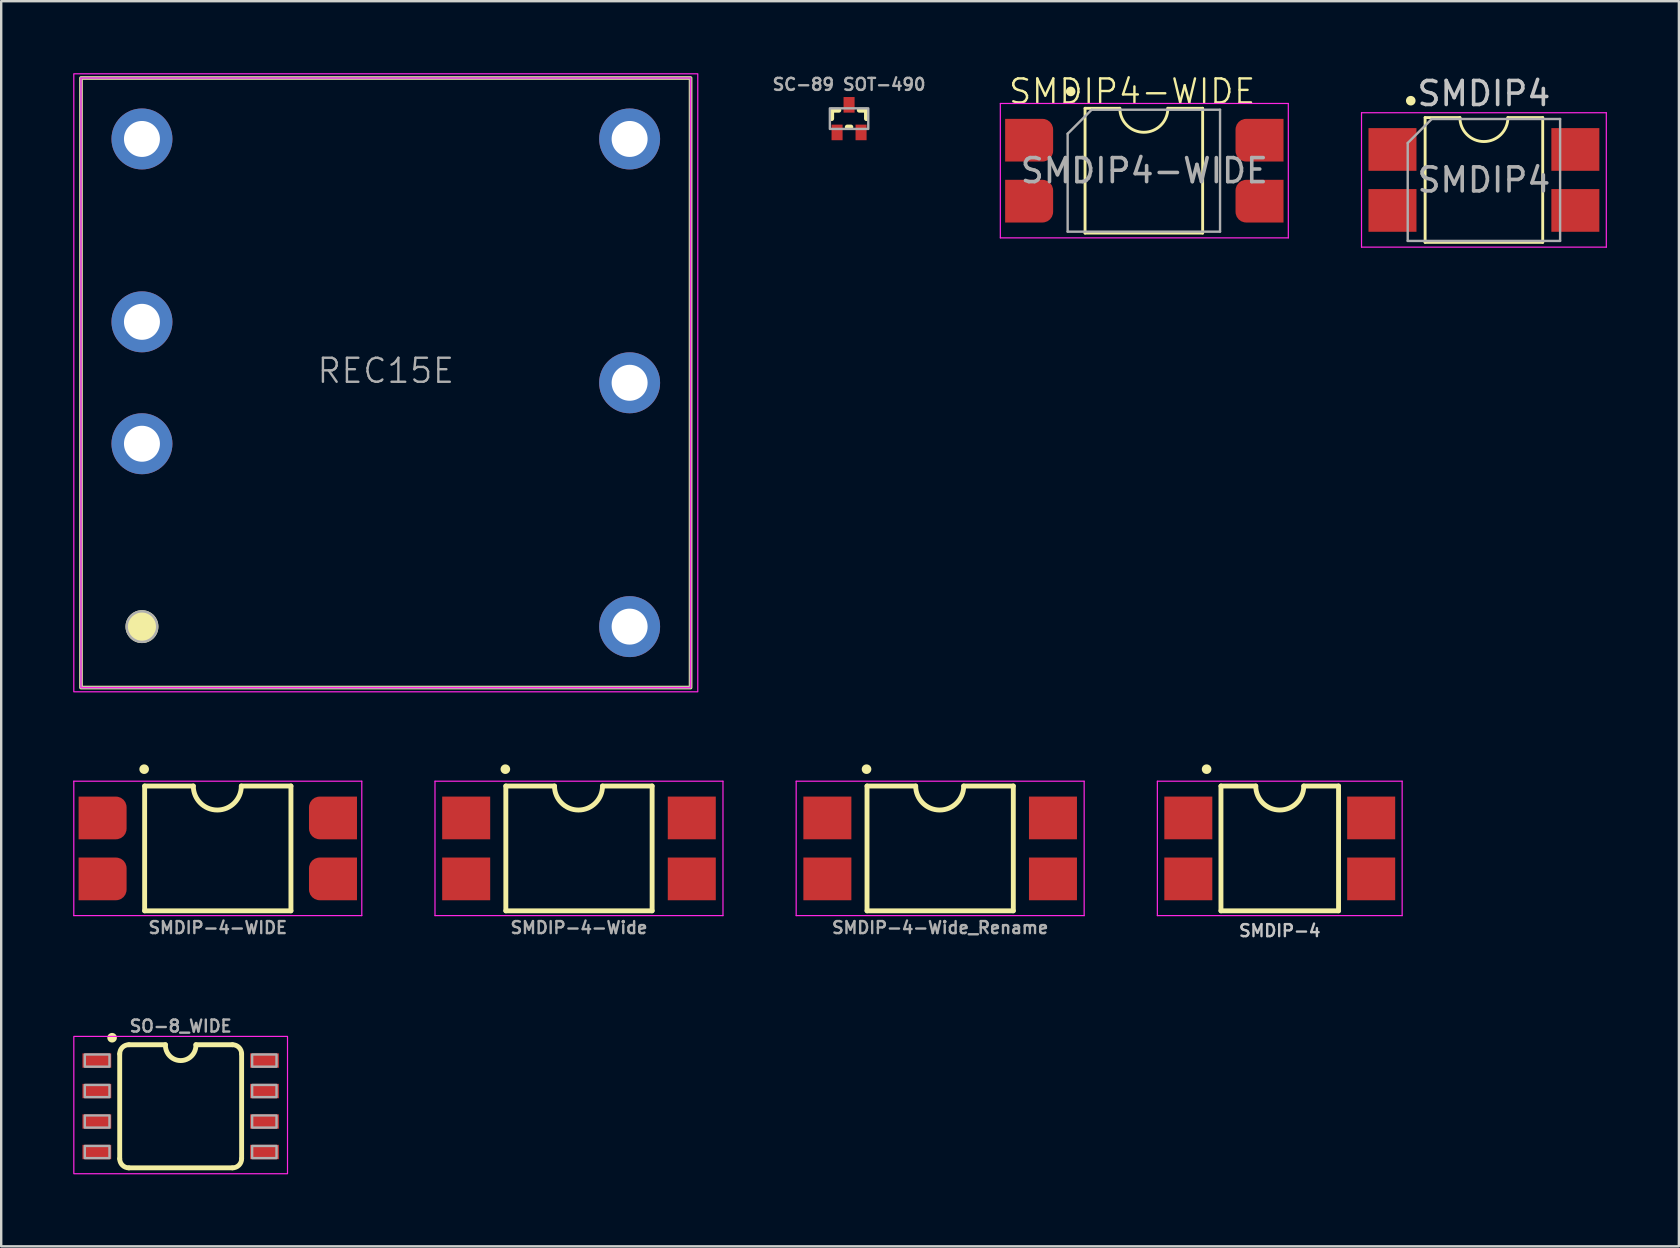
<source format=kicad_pcb>
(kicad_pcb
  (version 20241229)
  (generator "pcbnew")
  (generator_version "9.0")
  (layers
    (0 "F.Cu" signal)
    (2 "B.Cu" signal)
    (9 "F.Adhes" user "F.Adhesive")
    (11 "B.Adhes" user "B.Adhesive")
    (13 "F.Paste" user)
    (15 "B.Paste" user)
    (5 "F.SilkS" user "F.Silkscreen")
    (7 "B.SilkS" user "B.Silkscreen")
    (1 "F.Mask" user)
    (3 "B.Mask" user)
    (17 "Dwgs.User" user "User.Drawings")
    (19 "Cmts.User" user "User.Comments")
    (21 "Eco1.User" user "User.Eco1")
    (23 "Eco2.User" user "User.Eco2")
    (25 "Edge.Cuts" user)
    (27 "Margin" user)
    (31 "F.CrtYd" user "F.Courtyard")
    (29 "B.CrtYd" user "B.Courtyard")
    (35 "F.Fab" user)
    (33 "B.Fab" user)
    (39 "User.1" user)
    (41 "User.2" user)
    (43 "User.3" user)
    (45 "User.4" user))
  (footprint "SMDIP-4-WIDE"
    (layer "F.Cu")
    (at 6.025 32.302)
    (property "Reference" "SMDIP-4-WIDE" (at 0 3.302 0) (unlocked yes) (layer "F.Fab") (effects (font (size 0.5 0.5) (thickness 0.1) (bold yes))))
    (attr smd)
    (fp_line (start -3.048 -2.6) (end -3.048 2.6) (stroke (width 0.203) (type solid)) (layer "F.SilkS"))
    (fp_line (start -3.048 2.6) (end 3.048 2.6) (stroke (width 0.203) (type solid)) (layer "F.SilkS"))
    (fp_line (start -1.02 -2.6) (end -3.048 -2.6) (stroke (width 0.203) (type solid)) (layer "F.SilkS"))
    (fp_line (start 3.048 -2.6) (end 0.98 -2.6) (stroke (width 0.203) (type solid)) (layer "F.SilkS"))
    (fp_line (start 3.048 2.6) (end 3.048 -2.6) (stroke (width 0.203) (type solid)) (layer "F.SilkS"))
    (fp_arc (start 0.98 -2.6) (mid -0.02 -1.6) (end -1.02 -2.6) (stroke (width 0.2032) (type solid)) (layer "F.SilkS"))
    (fp_circle (center -3.068 -3.302) (end -3.068 -3.202) (stroke (width 0.2) (type solid)) (fill yes) (layer "F.SilkS"))
    (fp_line (start -6 -2.8) (end -6 2.8) (stroke (width 0.05) (type solid)) (layer "F.CrtYd"))
    (fp_line (start -6 2.8) (end 6 2.8) (stroke (width 0.05) (type solid)) (layer "F.CrtYd"))
    (fp_line (start 6 -2.8) (end -6 -2.8) (stroke (width 0.05) (type solid)) (layer "F.CrtYd"))
    (fp_line (start 6 2.8) (end 6 -2.8) (stroke (width 0.05) (type solid)) (layer "F.CrtYd"))
    (pad "1" smd roundrect (at -4.8 -1.27) (size 2 1.78) (layers "F.Cu" "F.Mask" "F.Paste") (roundrect_rratio 0.25) (chamfer_ratio 0) (chamfer top_left bottom_left))
    (pad "2" smd roundrect (at -4.8 1.27) (size 2 1.78) (layers "F.Cu" "F.Mask" "F.Paste") (roundrect_rratio 0.25) (chamfer_ratio 0) (chamfer top_left bottom_left))
    (pad "3" smd roundrect (at 4.8 1.27) (size 2 1.78) (layers "F.Cu" "F.Mask" "F.Paste") (roundrect_rratio 0.25) (chamfer_ratio 0) (chamfer top_right bottom_right))
    (pad "4" smd roundrect (at 4.8 -1.27) (size 2 1.78) (layers "F.Cu" "F.Mask" "F.Paste") (roundrect_rratio 0.25) (chamfer_ratio 0) (chamfer top_right bottom_right)))
  (footprint "SMDIP4"
    (layer "F.Cu")
    (at 58.782 4.448)
    (property "Reference" "SMDIP4" (at 0 -3.6 0) (layer "Dwgs.User") (effects (font (size 1 1) (thickness 0.15))))
    (attr smd)
    (fp_line (start -2.45 -2.6) (end -2.45 2.6) (stroke (width 0.12) (type solid)) (layer "F.SilkS"))
    (fp_line (start -2.45 2.6) (end 2.45 2.6) (stroke (width 0.12) (type solid)) (layer "F.SilkS"))
    (fp_line (start -1 -2.6) (end -2.45 -2.6) (stroke (width 0.12) (type solid)) (layer "F.SilkS"))
    (fp_line (start 2.45 -2.6) (end 1 -2.6) (stroke (width 0.12) (type solid)) (layer "F.SilkS"))
    (fp_line (start 2.45 2.6) (end 2.45 -2.6) (stroke (width 0.12) (type solid)) (layer "F.SilkS"))
    (fp_arc (start 1 -2.6) (mid 0 -1.6) (end -1 -2.6) (stroke (width 0.12) (type solid)) (layer "F.SilkS"))
    (fp_circle (center -3.048 -3.302) (end -3.048 -3.202) (stroke (width 0.2) (type solid)) (fill yes) (layer "F.SilkS"))
    (fp_line (start -5.1 -2.8) (end -5.1 2.8) (stroke (width 0.05) (type solid)) (layer "F.CrtYd"))
    (fp_line (start -5.1 2.8) (end 5.1 2.8) (stroke (width 0.05) (type solid)) (layer "F.CrtYd"))
    (fp_line (start 5.1 -2.8) (end -5.1 -2.8) (stroke (width 0.05) (type solid)) (layer "F.CrtYd"))
    (fp_line (start 5.1 2.8) (end 5.1 -2.8) (stroke (width 0.05) (type solid)) (layer "F.CrtYd"))
    (fp_line (start -3.175 -1.54) (end -2.175 -2.54) (stroke (width 0.1) (type solid)) (layer "F.Fab"))
    (fp_line (start -3.175 2.54) (end -3.175 -1.54) (stroke (width 0.1) (type solid)) (layer "F.Fab"))
    (fp_line (start -2.175 -2.54) (end 3.175 -2.54) (stroke (width 0.1) (type solid)) (layer "F.Fab"))
    (fp_line (start 3.175 -2.54) (end 3.175 2.54) (stroke (width 0.1) (type solid)) (layer "F.Fab"))
    (fp_line (start 3.175 2.54) (end -3.175 2.54) (stroke (width 0.1) (type solid)) (layer "F.Fab"))
    (fp_text user "${REFERENCE}" (at 0 0 0) (layer "F.Fab") (effects (font (size 1 1) (thickness 0.15))))
    (pad "1" smd rect (at -3.81 -1.27) (size 2 1.78) (layers "F.Cu" "F.Mask" "F.Paste"))
    (pad "2" smd rect (at -3.81 1.27) (size 2 1.78) (layers "F.Cu" "F.Mask" "F.Paste"))
    (pad "3" smd rect (at 3.81 1.27) (size 2 1.78) (layers "F.Cu" "F.Mask" "F.Paste"))
    (pad "4" smd rect (at 3.81 -1.27) (size 2 1.78) (layers "F.Cu" "F.Mask" "F.Paste")))
  (footprint "SO-8_WIDE"
    (layer "F.Cu")
    (at 4.478 43.047)
    (property "Reference" "SO-8_WIDE" (at 0 -3.048 0) (layer "F.Fab") (effects (font (size 0.5 0.5) (thickness 0.1)) (justify bottom)))
    (attr smd)
    (fp_line (start -2.54 2.184) (end -2.54 -2.184) (stroke (width 0.203) (type solid)) (layer "F.SilkS"))
    (fp_line (start -2.159 2.565) (end 2.159 2.565) (stroke (width 0.203) (type solid)) (layer "F.SilkS"))
    (fp_line (start -2.159 -2.565) (end -0.635 -2.565) (stroke (width 0.203) (type solid)) (layer "F.SilkS"))
    (fp_line (start 2.159 -2.565) (end 0.635 -2.565) (stroke (width 0.203) (type solid)) (layer "F.SilkS"))
    (fp_line (start 2.54 2.184) (end 2.54 -2.184) (stroke (width 0.203) (type solid)) (layer "F.SilkS"))
    (fp_arc (start -2.54 -2.1844) (mid -2.428436 -2.453838) (end -2.158998 -2.5654) (stroke (width 0.2032) (type solid)) (layer "F.SilkS"))
    (fp_arc (start -2.159 2.565402) (mid -2.428438 2.453838) (end -2.54 2.1844) (stroke (width 0.2032) (type solid)) (layer "F.SilkS"))
    (fp_arc (start 0.634999 -2.5654) (mid 0 -1.904493) (end -0.634999 -2.5654) (stroke (width 0.2032) (type solid)) (layer "F.SilkS"))
    (fp_arc (start 2.159 -2.565377) (mid 2.428422 -2.453816) (end 2.54 -2.1844) (stroke (width 0.2032) (type solid)) (layer "F.SilkS"))
    (fp_arc (start 2.54 2.1844) (mid 2.428436 2.453838) (end 2.158998 2.5654) (stroke (width 0.2032) (type solid)) (layer "F.SilkS"))
    (fp_circle (center -2.857 -2.857) (end -2.857 -2.757) (stroke (width 0.2) (type solid)) (fill yes) (layer "F.SilkS"))
    (fp_rect (start 4.452 -2.911) (end -4.452 2.809) (stroke (width 0.05) (type default)) (fill no) (layer "F.CrtYd"))
    (fp_poly (pts (xy -3.994 -2.159) (xy -3.994 -1.651) (xy -2.966 -1.651) (xy -2.966 -2.159)) (stroke (width 0.1) (type default)) (fill no) (layer "F.Fab"))
    (fp_poly (pts (xy -3.994 -0.889) (xy -3.994 -0.381) (xy -2.966 -0.381) (xy -2.966 -0.889)) (stroke (width 0.1) (type default)) (fill no) (layer "F.Fab"))
    (fp_poly (pts (xy -3.994 0.381) (xy -3.994 0.889) (xy -2.966 0.889) (xy -2.966 0.381)) (stroke (width 0.1) (type default)) (fill no) (layer "F.Fab"))
    (fp_poly (pts (xy -3.994 1.651) (xy -3.994 2.159) (xy -2.966 2.159) (xy -2.966 1.651)) (stroke (width 0.1) (type default)) (fill no) (layer "F.Fab"))
    (fp_poly (pts (xy 2.978 -2.159) (xy 2.978 -1.651) (xy 3.994 -1.651) (xy 3.994 -2.159)) (stroke (width 0.1) (type default)) (fill no) (layer "F.Fab"))
    (fp_poly (pts (xy 2.978 -0.889) (xy 2.978 -0.381) (xy 3.994 -0.381) (xy 3.994 -0.889)) (stroke (width 0.1) (type default)) (fill no) (layer "F.Fab"))
    (fp_poly (pts (xy 2.978 0.381) (xy 2.978 0.889) (xy 3.994 0.889) (xy 3.994 0.381)) (stroke (width 0.1) (type default)) (fill no) (layer "F.Fab"))
    (fp_poly (pts (xy 2.978 1.651) (xy 2.978 2.159) (xy 3.994 2.159) (xy 3.994 1.651)) (stroke (width 0.1) (type default)) (fill no) (layer "F.Fab"))
    (pad "1" smd rect (at -3.493 -1.905 270) (size 0.6 1.2) (layers "F.Cu" "F.Mask" "F.Paste"))
    (pad "2" smd rect (at -3.493 -0.635 270) (size 0.6 1.2) (layers "F.Cu" "F.Mask" "F.Paste"))
    (pad "3" smd rect (at -3.493 0.635 270) (size 0.6 1.2) (layers "F.Cu" "F.Mask" "F.Paste"))
    (pad "4" smd rect (at -3.493 1.905 270) (size 0.6 1.2) (layers "F.Cu" "F.Mask" "F.Paste"))
    (pad "5" smd rect (at 3.493 1.905 270) (size 0.6 1.2) (layers "F.Cu" "F.Mask" "F.Paste"))
    (pad "6" smd rect (at 3.493 0.635 270) (size 0.6 1.2) (layers "F.Cu" "F.Mask" "F.Paste"))
    (pad "7" smd rect (at 3.493 -0.635 270) (size 0.6 1.2) (layers "F.Cu" "F.Mask" "F.Paste"))
    (pad "8" smd rect (at 3.493 -1.905 270) (size 0.6 1.2) (layers "F.Cu" "F.Mask" "F.Paste")))
  (footprint "SMDIP-4-Wide_Rename"
    (layer "F.Cu")
    (at 36.125 32.302)
    (property "Reference" "SMDIP-4-Wide_Rename" (at 0 3.302 0) (unlocked yes) (layer "F.Fab") (effects (font (size 0.5 0.5) (thickness 0.1) (bold yes))))
    (attr smd)
    (fp_line (start -3.048 -2.6) (end -3.048 2.6) (stroke (width 0.203) (type solid)) (layer "F.SilkS"))
    (fp_line (start -3.048 2.6) (end 3.048 2.6) (stroke (width 0.203) (type solid)) (layer "F.SilkS"))
    (fp_line (start -1.02 -2.6) (end -3.048 -2.6) (stroke (width 0.203) (type solid)) (layer "F.SilkS"))
    (fp_line (start 3.048 -2.6) (end 0.98 -2.6) (stroke (width 0.203) (type solid)) (layer "F.SilkS"))
    (fp_line (start 3.048 2.6) (end 3.048 -2.6) (stroke (width 0.203) (type solid)) (layer "F.SilkS"))
    (fp_arc (start 0.98 -2.6) (mid -0.02 -1.6) (end -1.02 -2.6) (stroke (width 0.2032) (type solid)) (layer "F.SilkS"))
    (fp_circle (center -3.068 -3.302) (end -3.068 -3.202) (stroke (width 0.2) (type solid)) (fill yes) (layer "F.SilkS"))
    (fp_line (start -6 -2.8) (end -6 2.8) (stroke (width 0.05) (type solid)) (layer "F.CrtYd"))
    (fp_line (start -6 2.8) (end 6 2.8) (stroke (width 0.05) (type solid)) (layer "F.CrtYd"))
    (fp_line (start 6 -2.8) (end -6 -2.8) (stroke (width 0.05) (type solid)) (layer "F.CrtYd"))
    (fp_line (start 6 2.8) (end 6 -2.8) (stroke (width 0.05) (type solid)) (layer "F.CrtYd"))
    (pad "1" smd rect (at -4.7 -1.27) (size 2 1.78) (layers "F.Cu" "F.Mask" "F.Paste"))
    (pad "2" smd rect (at -4.7 1.27) (size 2 1.78) (layers "F.Cu" "F.Mask" "F.Paste"))
    (pad "3" smd rect (at 4.7 1.27) (size 2 1.78) (layers "F.Cu" "F.Mask" "F.Paste"))
    (pad "4" smd rect (at 4.7 -1.27) (size 2 1.78) (layers "F.Cu" "F.Mask" "F.Paste")))
  (footprint "SMDIP4-WIDE"
    (layer "F.Cu")
    (at 44.632 4.062)
    (property "Reference" "SMDIP4-WIDE" (at -0.508 -3.302 0) (unlocked yes) (layer "F.SilkS") (effects (font (size 1 1) (thickness 0.1))))
    (attr smd)
    (fp_line (start -2.47 -2.6) (end -2.47 2.6) (stroke (width 0.12) (type solid)) (layer "F.SilkS"))
    (fp_line (start -2.47 2.6) (end 2.43 2.6) (stroke (width 0.12) (type solid)) (layer "F.SilkS"))
    (fp_line (start -1.02 -2.6) (end -2.47 -2.6) (stroke (width 0.12) (type solid)) (layer "F.SilkS"))
    (fp_line (start 2.43 -2.6) (end 0.98 -2.6) (stroke (width 0.12) (type solid)) (layer "F.SilkS"))
    (fp_line (start 2.43 2.6) (end 2.43 -2.6) (stroke (width 0.12) (type solid)) (layer "F.SilkS"))
    (fp_arc (start 0.98 -2.6) (mid -0.02 -1.6) (end -1.02 -2.6) (stroke (width 0.12) (type solid)) (layer "F.SilkS"))
    (fp_circle (center -3.068 -3.302) (end -3.068 -3.202) (stroke (width 0.2) (type solid)) (fill yes) (layer "F.SilkS"))
    (fp_line (start -6 -2.8) (end -6 2.8) (stroke (width 0.05) (type solid)) (layer "F.CrtYd"))
    (fp_line (start -6 2.8) (end 6 2.8) (stroke (width 0.05) (type solid)) (layer "F.CrtYd"))
    (fp_line (start 6 -2.8) (end -6 -2.8) (stroke (width 0.05) (type solid)) (layer "F.CrtYd"))
    (fp_line (start 6 2.8) (end 6 -2.8) (stroke (width 0.05) (type solid)) (layer "F.CrtYd"))
    (fp_line (start -3.195 -1.54) (end -2.195 -2.54) (stroke (width 0.1) (type solid)) (layer "F.Fab"))
    (fp_line (start -3.195 2.54) (end -3.195 -1.54) (stroke (width 0.1) (type solid)) (layer "F.Fab"))
    (fp_line (start -2.195 -2.54) (end 3.155 -2.54) (stroke (width 0.1) (type solid)) (layer "F.Fab"))
    (fp_line (start 3.155 -2.54) (end 3.155 2.54) (stroke (width 0.1) (type solid)) (layer "F.Fab"))
    (fp_line (start 3.155 2.54) (end -3.195 2.54) (stroke (width 0.1) (type solid)) (layer "F.Fab"))
    (fp_text user "${REFERENCE}" (at 0 0 0) (unlocked yes) (layer "F.Fab") (effects (font (size 1 1) (thickness 0.15))))
    (pad "1" smd roundrect (at -4.8 -1.27) (size 2 1.78) (layers "F.Cu" "F.Mask" "F.Paste") (roundrect_rratio 0.25) (chamfer_ratio 0) (chamfer top_left bottom_left))
    (pad "2" smd roundrect (at -4.8 1.27) (size 2 1.78) (layers "F.Cu" "F.Mask" "F.Paste") (roundrect_rratio 0.25) (chamfer_ratio 0) (chamfer top_left bottom_left))
    (pad "3" smd roundrect (at 4.8 1.27) (size 2 1.78) (layers "F.Cu" "F.Mask" "F.Paste") (roundrect_rratio 0.25) (chamfer_ratio 0) (chamfer top_right bottom_right))
    (pad "4" smd roundrect (at 4.8 -1.27) (size 2 1.78) (layers "F.Cu" "F.Mask" "F.Paste") (roundrect_rratio 0.25) (chamfer_ratio 0) (chamfer top_right bottom_right)))
  (footprint "SMDIP-4-Wide"
    (layer "F.Cu")
    (at 21.075 32.302)
    (property "Reference" "SMDIP-4-Wide" (at 0 3.302 0) (unlocked yes) (layer "F.Fab") (effects (font (size 0.5 0.5) (thickness 0.1) (bold yes))))
    (attr smd)
    (fp_line (start -3.048 -2.6) (end -3.048 2.6) (stroke (width 0.203) (type solid)) (layer "F.SilkS"))
    (fp_line (start -3.048 2.6) (end 3.048 2.6) (stroke (width 0.203) (type solid)) (layer "F.SilkS"))
    (fp_line (start -1.02 -2.6) (end -3.048 -2.6) (stroke (width 0.203) (type solid)) (layer "F.SilkS"))
    (fp_line (start 3.048 -2.6) (end 0.98 -2.6) (stroke (width 0.203) (type solid)) (layer "F.SilkS"))
    (fp_line (start 3.048 2.6) (end 3.048 -2.6) (stroke (width 0.203) (type solid)) (layer "F.SilkS"))
    (fp_arc (start 0.98 -2.6) (mid -0.02 -1.6) (end -1.02 -2.6) (stroke (width 0.2032) (type solid)) (layer "F.SilkS"))
    (fp_circle (center -3.068 -3.302) (end -3.068 -3.202) (stroke (width 0.2) (type solid)) (fill yes) (layer "F.SilkS"))
    (fp_line (start -6 -2.8) (end -6 2.8) (stroke (width 0.05) (type solid)) (layer "F.CrtYd"))
    (fp_line (start -6 2.8) (end 6 2.8) (stroke (width 0.05) (type solid)) (layer "F.CrtYd"))
    (fp_line (start 6 -2.8) (end -6 -2.8) (stroke (width 0.05) (type solid)) (layer "F.CrtYd"))
    (fp_line (start 6 2.8) (end 6 -2.8) (stroke (width 0.05) (type solid)) (layer "F.CrtYd"))
    (pad "1" smd rect (at -4.7 -1.27) (size 2 1.78) (layers "F.Cu" "F.Mask" "F.Paste"))
    (pad "2" smd rect (at -4.7 1.27) (size 2 1.78) (layers "F.Cu" "F.Mask" "F.Paste"))
    (pad "3" smd rect (at 4.7 1.27) (size 2 1.78) (layers "F.Cu" "F.Mask" "F.Paste"))
    (pad "4" smd rect (at 4.7 -1.27) (size 2 1.78) (layers "F.Cu" "F.Mask" "F.Paste")))
  (footprint "SC-89 SOT-490"
    (layer "F.Cu")
    (at 32.329 1.368)
    (property "Reference" "SC-89 SOT-490" (at 0 -0.9 0) (layer "F.Fab") (effects (font (size 0.5 0.5) (thickness 0.1))))
    (fp_line (start -0.725 0.175) (end -0.425 0.175) (stroke (width 0.203) (type solid)) (layer "F.SilkS"))
    (fp_line (start -0.725 0.525) (end -0.725 0.175) (stroke (width 0.203) (type solid)) (layer "F.SilkS"))
    (fp_line (start -0.075 0.875) (end 0.075 0.875) (stroke (width 0.203) (type solid)) (layer "F.SilkS"))
    (fp_line (start 0.425 0.175) (end 0.725 0.175) (stroke (width 0.203) (type solid)) (layer "F.SilkS"))
    (fp_line (start 0.725 0.175) (end 0.725 0.525) (stroke (width 0.203) (type solid)) (layer "F.SilkS"))
    (fp_rect (start -0.9 -0.6) (end 0.9 1.6) (stroke (width 0.1) (type default)) (fill no) (layer "Margin"))
    (fp_poly (pts (xy -0.8 0.955) (xy 0.8 0.955) (xy 0.8 0.095) (xy -0.8 0.095)) (stroke (width 0.1) (type default)) (fill no) (layer "F.Fab"))
    (pad "1" smd rect (at -0.5 1.1) (size 0.46 0.65) (layers "F.Cu" "F.Mask" "F.Paste"))
    (pad "2" smd rect (at 0.5 1.1) (size 0.46 0.65) (layers "F.Cu" "F.Mask" "F.Paste"))
    (pad "3" smd rect (at 0 -0.05) (size 0.46 0.65) (layers "F.Cu" "F.Mask" "F.Paste")))
  (footprint "REC15E"
    (layer "F.Cu")
    (at 13.025 12.9)
    (property "Reference" "REC15E" (at 0 -0.5 0) (unlocked yes) (layer "F.Fab") (effects (font (size 1 1) (thickness 0.1))))
    (attr through_hole)
    (fp_rect (start -12.7 -12.7) (end 12.7 12.7) (stroke (width 0.152) (type default)) (fill no) (layer "F.SilkS"))
    (fp_circle (center -10.16 10.16) (end -9.525 10.16) (stroke (width 0.1) (type solid)) (fill yes) (layer "F.SilkS"))
    (fp_rect (start -13 -12.875) (end 13 12.875) (stroke (width 0.05) (type default)) (fill no) (layer "F.CrtYd"))
    (fp_rect (start -12.7 -12.7) (end 12.7 12.7) (stroke (width 0.05) (type default)) (fill no) (layer "F.CrtYd"))
    (fp_rect (start -12.7 -12.7) (end 12.7 12.7) (stroke (width 0.1) (type default)) (fill no) (layer "F.Fab"))
    (fp_circle (center -10.16 10.16) (end -9.525 10.16) (stroke (width 0.1) (type solid)) (fill no) (layer "F.Fab"))
    (pad "1" thru_hole circle (at -10.16 2.54) (size 2.54 2.54) (drill 1.499) (layers "*.Cu" "*.Mask"))
    (pad "2" thru_hole circle (at -10.16 -2.54) (size 2.54 2.54) (drill 1.499) (layers "*.Cu" "*.Mask"))
    (pad "3" thru_hole circle (at -10.16 -10.16) (size 2.54 2.54) (drill 1.499) (layers "*.Cu" "*.Mask"))
    (pad "4" thru_hole circle (at 10.16 -10.16) (size 2.54 2.54) (drill 1.499) (layers "*.Cu" "*.Mask"))
    (pad "5" thru_hole circle (at 10.16 0) (size 2.54 2.54) (drill 1.499) (layers "*.Cu" "*.Mask"))
    (pad "6" thru_hole circle (at 10.16 10.16) (size 2.54 2.54) (drill 1.499) (layers "*.Cu" "*.Mask")))
  (footprint "SMDIP-4"
    (layer "F.Cu")
    (at 50.275 32.302)
    (property "Reference" "SMDIP-4" (at 0 3.429 0) (layer "Dwgs.User") (effects (font (size 0.5 0.5) (thickness 0.1) (bold yes))))
    (attr smd)
    (fp_line (start -2.45 -2.6) (end -2.45 2.6) (stroke (width 0.203) (type solid)) (layer "F.SilkS"))
    (fp_line (start -2.45 2.6) (end 2.45 2.6) (stroke (width 0.203) (type solid)) (layer "F.SilkS"))
    (fp_line (start -1 -2.6) (end -2.45 -2.6) (stroke (width 0.203) (type solid)) (layer "F.SilkS"))
    (fp_line (start 2.45 -2.6) (end 1 -2.6) (stroke (width 0.203) (type solid)) (layer "F.SilkS"))
    (fp_line (start 2.45 2.6) (end 2.45 -2.6) (stroke (width 0.203) (type solid)) (layer "F.SilkS"))
    (fp_arc (start 1 -2.6) (mid 0 -1.6) (end -1 -2.6) (stroke (width 0.2032) (type solid)) (layer "F.SilkS"))
    (fp_circle (center -3.048 -3.302) (end -3.048 -3.202) (stroke (width 0.2) (type solid)) (fill yes) (layer "F.SilkS"))
    (fp_line (start -5.1 -2.8) (end -5.1 2.8) (stroke (width 0.05) (type solid)) (layer "F.CrtYd"))
    (fp_line (start -5.1 2.8) (end 5.1 2.8) (stroke (width 0.05) (type solid)) (layer "F.CrtYd"))
    (fp_line (start 5.1 -2.8) (end -5.1 -2.8) (stroke (width 0.05) (type solid)) (layer "F.CrtYd"))
    (fp_line (start 5.1 2.8) (end 5.1 -2.8) (stroke (width 0.05) (type solid)) (layer "F.CrtYd"))
    (pad "1" smd rect (at -3.81 -1.27) (size 2 1.78) (layers "F.Cu" "F.Mask" "F.Paste"))
    (pad "2" smd rect (at -3.81 1.27) (size 2 1.78) (layers "F.Cu" "F.Mask" "F.Paste"))
    (pad "3" smd rect (at 3.81 1.27) (size 2 1.78) (layers "F.Cu" "F.Mask" "F.Paste"))
    (pad "4" smd rect (at 3.81 -1.27) (size 2 1.78) (layers "F.Cu" "F.Mask" "F.Paste")))
  (gr_rect
    (start -3 -3)
    (end 66.907 48.881)
    (stroke (width 0.1) (type default))
    (fill no)
    (layer "Edge.Cuts")))
</source>
